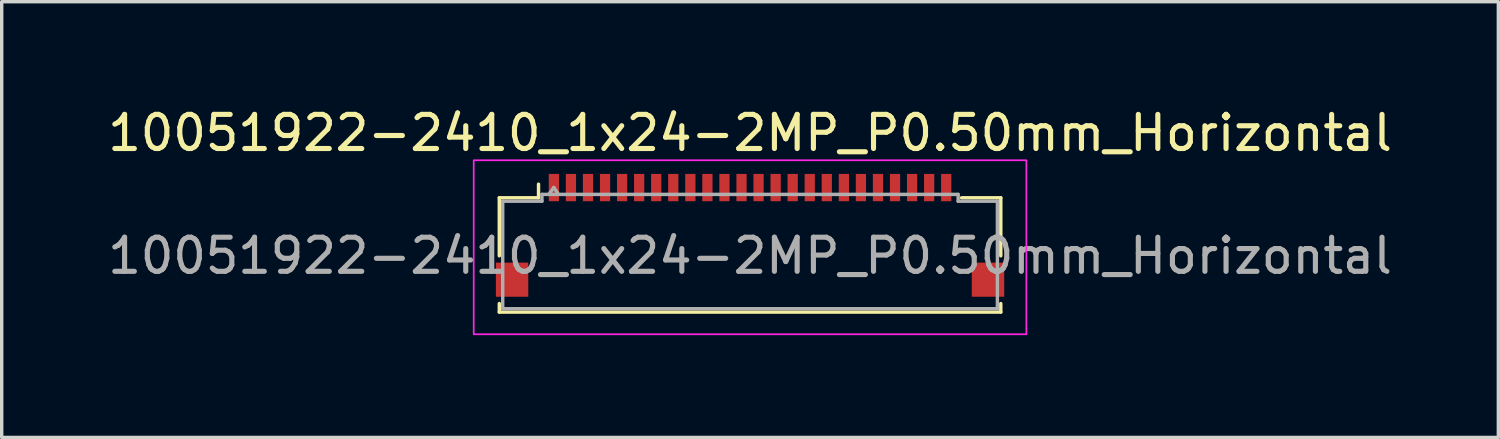
<source format=kicad_pcb>
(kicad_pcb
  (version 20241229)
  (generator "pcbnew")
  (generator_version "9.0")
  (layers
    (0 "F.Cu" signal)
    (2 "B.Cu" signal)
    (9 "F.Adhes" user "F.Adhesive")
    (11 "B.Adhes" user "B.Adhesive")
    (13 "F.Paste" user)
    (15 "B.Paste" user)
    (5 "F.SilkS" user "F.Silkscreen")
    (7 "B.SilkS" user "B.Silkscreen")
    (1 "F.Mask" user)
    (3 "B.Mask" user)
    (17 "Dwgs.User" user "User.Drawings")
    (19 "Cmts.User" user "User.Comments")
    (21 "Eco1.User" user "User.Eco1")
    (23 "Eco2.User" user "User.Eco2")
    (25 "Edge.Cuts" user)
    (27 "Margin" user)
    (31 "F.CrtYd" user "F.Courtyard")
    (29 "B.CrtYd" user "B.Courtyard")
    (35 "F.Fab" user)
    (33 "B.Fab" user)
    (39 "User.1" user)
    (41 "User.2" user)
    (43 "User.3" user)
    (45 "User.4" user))
  (footprint "10051922-2410_1x24-2MP_P0.50mm_Horizontal"
    (layer "F.Cu")
    (at 18.935 2.448)
    (property "Reference" "10051922-2410_1x24-2MP_P0.50mm_Horizontal" (at 0 -1.6 0) (unlocked yes) (layer "F.SilkS") (effects (font (size 1 1) (thickness 0.15))))
    (attr smd)
    (fp_line (start -7.35 0.3) (end -7.35 2) (stroke (width 0.1) (type default)) (layer "F.SilkS"))
    (fp_line (start -7.35 3.4) (end -7.35 3.65) (stroke (width 0.1) (type default)) (layer "F.SilkS"))
    (fp_line (start -7.35 3.65) (end 7.35 3.65) (stroke (width 0.1) (type default)) (layer "F.SilkS"))
    (fp_line (start -6.2 0.3) (end -7.35 0.3) (stroke (width 0.1) (type default)) (layer "F.SilkS"))
    (fp_line (start -6.2 0.3) (end -6.2 -0.1) (stroke (width 0.1) (type default)) (layer "F.SilkS"))
    (fp_line (start 7.35 0.3) (end 6.2 0.3) (stroke (width 0.1) (type default)) (layer "F.SilkS"))
    (fp_line (start 7.35 0.3) (end 7.35 2) (stroke (width 0.1) (type default)) (layer "F.SilkS"))
    (fp_line (start 7.35 3.4) (end 7.35 3.65) (stroke (width 0.1) (type default)) (layer "F.SilkS"))
    (fp_rect (start -8.1 -0.8) (end 8.1 4.3) (stroke (width 0.05) (type default)) (fill no) (layer "F.CrtYd"))
    (fp_line (start -7.25 0.4) (end -7.25 3.55) (stroke (width 0.1) (type default)) (layer "F.Fab"))
    (fp_line (start -7.25 3.55) (end 7.25 3.55) (stroke (width 0.1) (type default)) (layer "F.Fab"))
    (fp_line (start -6.1 0.2) (end -6.1 0.4) (stroke (width 0.1) (type default)) (layer "F.Fab"))
    (fp_line (start -6.1 0.4) (end -7.25 0.4) (stroke (width 0.1) (type default)) (layer "F.Fab"))
    (fp_line (start -5.9 0.2) (end -5.752 -0.002) (stroke (width 0.1) (type default)) (layer "F.Fab"))
    (fp_line (start -5.752 -0.002) (end -5.618 0.194) (stroke (width 0.1) (type default)) (layer "F.Fab"))
    (fp_line (start 6.1 0.2) (end -6.1 0.2) (stroke (width 0.1) (type default)) (layer "F.Fab"))
    (fp_line (start 6.1 0.2) (end 6.1 0.4) (stroke (width 0.1) (type default)) (layer "F.Fab"))
    (fp_line (start 6.1 0.4) (end 7.25 0.4) (stroke (width 0.1) (type default)) (layer "F.Fab"))
    (fp_line (start 7.25 3.55) (end 7.25 0.4) (stroke (width 0.1) (type default)) (layer "F.Fab"))
    (fp_text user "${REFERENCE}" (at 0 2 0) (unlocked yes) (layer "F.Fab") (effects (font (size 1 1) (thickness 0.15))))
    (pad "1" smd rect (at -5.75 0) (size 0.3 0.8) (layers "F.Cu" "F.Mask" "F.Paste"))
    (pad "2" smd rect (at -5.25 0) (size 0.3 0.8) (layers "F.Cu" "F.Mask" "F.Paste"))
    (pad "3" smd rect (at -4.75 0) (size 0.3 0.8) (layers "F.Cu" "F.Mask" "F.Paste"))
    (pad "4" smd rect (at -4.25 0) (size 0.3 0.8) (layers "F.Cu" "F.Mask" "F.Paste"))
    (pad "5" smd rect (at -3.75 0) (size 0.3 0.8) (layers "F.Cu" "F.Mask" "F.Paste"))
    (pad "6" smd rect (at -3.25 0) (size 0.3 0.8) (layers "F.Cu" "F.Mask" "F.Paste"))
    (pad "7" smd rect (at -2.75 0) (size 0.3 0.8) (layers "F.Cu" "F.Mask" "F.Paste"))
    (pad "8" smd rect (at -2.25 0) (size 0.3 0.8) (layers "F.Cu" "F.Mask" "F.Paste"))
    (pad "9" smd rect (at -1.75 0) (size 0.3 0.8) (layers "F.Cu" "F.Mask" "F.Paste"))
    (pad "10" smd rect (at -1.25 0) (size 0.3 0.8) (layers "F.Cu" "F.Mask" "F.Paste"))
    (pad "11" smd rect (at -0.75 0) (size 0.3 0.8) (layers "F.Cu" "F.Mask" "F.Paste"))
    (pad "12" smd rect (at -0.25 0) (size 0.3 0.8) (layers "F.Cu" "F.Mask" "F.Paste"))
    (pad "13" smd rect (at 0.25 0) (size 0.3 0.8) (layers "F.Cu" "F.Mask" "F.Paste"))
    (pad "14" smd rect (at 0.75 0) (size 0.3 0.8) (layers "F.Cu" "F.Mask" "F.Paste"))
    (pad "15" smd rect (at 1.25 0) (size 0.3 0.8) (layers "F.Cu" "F.Mask" "F.Paste"))
    (pad "16" smd rect (at 1.75 0) (size 0.3 0.8) (layers "F.Cu" "F.Mask" "F.Paste"))
    (pad "17" smd rect (at 2.25 0) (size 0.3 0.8) (layers "F.Cu" "F.Mask" "F.Paste"))
    (pad "18" smd rect (at 2.75 0) (size 0.3 0.8) (layers "F.Cu" "F.Mask" "F.Paste"))
    (pad "19" smd rect (at 3.25 0) (size 0.3 0.8) (layers "F.Cu" "F.Mask" "F.Paste"))
    (pad "20" smd rect (at 3.75 0) (size 0.3 0.8) (layers "F.Cu" "F.Mask" "F.Paste"))
    (pad "21" smd rect (at 4.25 0) (size 0.3 0.8) (layers "F.Cu" "F.Mask" "F.Paste"))
    (pad "22" smd rect (at 4.75 0) (size 0.3 0.8) (layers "F.Cu" "F.Mask" "F.Paste"))
    (pad "23" smd rect (at 5.25 0) (size 0.3 0.8) (layers "F.Cu" "F.Mask" "F.Paste"))
    (pad "24" smd rect (at 5.75 0) (size 0.3 0.8) (layers "F.Cu" "F.Mask" "F.Paste"))
    (pad "MP" smd rect (at -6.975 2.7) (size 0.95 1) (layers "F.Cu" "F.Mask" "F.Paste"))
    (pad "MP" smd rect (at 6.975 2.7) (size 0.95 1) (layers "F.Cu" "F.Mask" "F.Paste")))
  (gr_rect
    (start -3 -3)
    (end 40.869 9.773)
    (stroke (width 0.1) (type default))
    (fill no)
    (layer "Edge.Cuts")))
</source>
